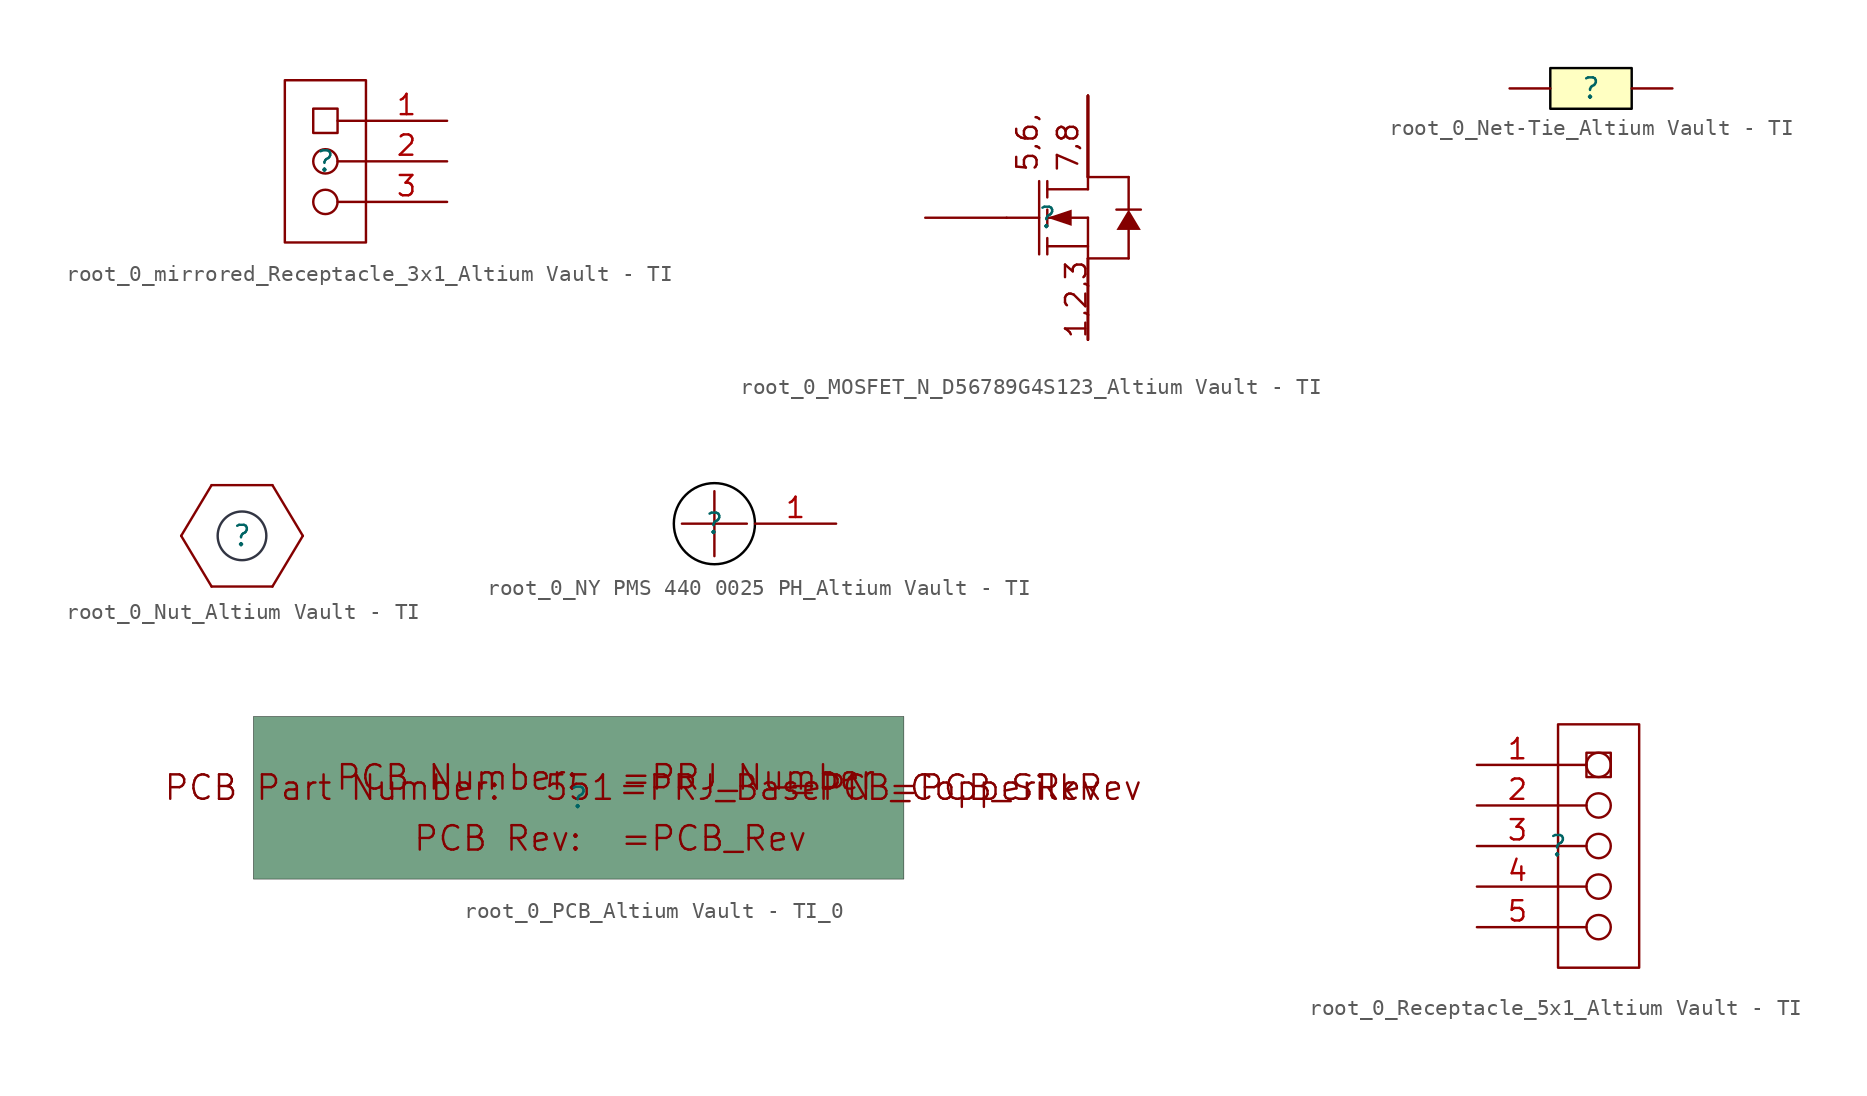
<source format=kicad_sym>
(kicad_symbol_lib
  (version 20241209)
  (generator "kicad_symbol_editor")
  (generator_version "9.0")
  (symbol "root_0_mirrored_Receptacle_3x1_Altium Vault - TI"
    (pin_names
      (hide yes))
    (property "Reference" ""
      (at 0 0 0)
      (effects (font (size 1.27 1.27))))
    (property "Value" ""
      (at 0 0 0)
      (effects (font (size 1.27 1.27))))
    (symbol "root_0_mirrored_Receptacle_3x1_Altium Vault - TI_1_0"
      (circle (center 0 0) (radius 0.762) (stroke (width 0) (type solid)) (fill (type color) (color 255 255 255 1)))
      (circle (center 0 -2.54) (radius 0.762) (stroke (width 0) (type solid)) (fill (type color) (color 255 255 255 1)))
      (rectangle (start 0.762 3.302) (end -0.762 1.778) (stroke (width 0) (type solid)) (fill (type color) (color 255 255 255 1)))
      (rectangle (start 2.54 5.08) (end -2.54 -5.08) (stroke (width 0) (type solid)) (fill (type color) (color 255 255 255 1)))
      (polyline (pts (xy 2.54 2.54) (xy 0.762 2.54)) (stroke (width 0) (type solid)) (fill (type none)))
      (polyline (pts (xy 2.54 0) (xy 0.762 0)) (stroke (width 0) (type solid)) (fill (type none)))
      (polyline (pts (xy 2.54 -2.54) (xy 0.762 -2.54)) (stroke (width 0) (type solid)) (fill (type none)))
      (pin passive line (at 7.62 2.54 180) (length 5.08) (name "1" (effects (font (size 1.27 1.27)))) (number "1" (effects (font (size 1.27 1.27)))))
      (pin passive line (at 7.62 0 180) (length 5.08) (name "2" (effects (font (size 1.27 1.27)))) (number "2" (effects (font (size 1.27 1.27)))))
      (pin passive line (at 7.62 -2.54 180) (length 5.08) (name "3" (effects (font (size 1.27 1.27)))) (number "3" (effects (font (size 1.27 1.27)))))))
  (symbol "root_0_MOSFET_N_D56789G4S123_Altium Vault - TI"
    (pin_numbers
      (hide yes))
    (pin_names
      (hide yes))
    (property "Reference" ""
      (at 0 0 0)
      (effects (font (size 1.27 1.27))))
    (property "Value" ""
      (at 0 0 0)
      (effects (font (size 1.27 1.27))))
    (symbol "root_0_MOSFET_N_D56789G4S123_Altium Vault - TI_1_0"
      (polyline (pts (xy -2.54 0) (xy -0.508 0)) (stroke (width 0) (type solid)) (fill (type none)))
      (polyline (pts (xy -0.508 2.286) (xy -0.508 -2.286)) (stroke (width 0) (type solid)) (fill (type none)))
      (polyline (pts (xy 0 2.286) (xy 0 1.27)) (stroke (width 0) (type solid)) (fill (type none)))
      (polyline (pts (xy 0 0) (xy 1.524 -0.508) (xy 1.524 0.508) (xy 0 0)) (stroke (width -0.0001) (type solid)) (fill (type outline)))
      (polyline (pts (xy 0 -0.508) (xy 0 0.508)) (stroke (width 0) (type solid)) (fill (type none)))
      (polyline (pts (xy 0 -2.286) (xy 0 -1.27)) (stroke (width 0) (type solid)) (fill (type none)))
      (polyline (pts (xy 2.54 2.54) (xy 5.08 2.54)) (stroke (width 0) (type solid)) (fill (type none)))
      (polyline (pts (xy 2.54 1.778) (xy 0 1.778)) (stroke (width 0) (type solid)) (fill (type none)))
      (polyline (pts (xy 2.54 1.778) (xy 2.54 2.54)) (stroke (width 0) (type solid)) (fill (type none)))
      (polyline (pts (xy 2.54 0) (xy 0 0)) (stroke (width 0) (type solid)) (fill (type none)))
      (polyline (pts (xy 2.54 0) (xy 2.54 -2.54)) (stroke (width 0) (type solid)) (fill (type none)))
      (polyline (pts (xy 2.54 -1.778) (xy 0 -1.778)) (stroke (width 0) (type solid)) (fill (type none)))
      (polyline (pts (xy 2.54 -2.54) (xy 5.08 -2.54)) (stroke (width 0) (type solid)) (fill (type none)))
      (polyline (pts (xy 4.318 0.508) (xy 5.842 0.508)) (stroke (width 0) (type solid)) (fill (type none)))
      (polyline (pts (xy 5.08 2.54) (xy 5.08 0.508)) (stroke (width 0) (type solid)) (fill (type none)))
      (polyline (pts (xy 5.08 0.508) (xy 4.318 -0.762) (xy 5.842 -0.762) (xy 5.08 0.508)) (stroke (width -0.0001) (type solid)) (fill (type outline)))
      (polyline (pts (xy 5.08 -2.54) (xy 5.08 -0.762)) (stroke (width 0) (type solid)) (fill (type none)))
      (text "5,6," (at -0.508 2.794 900) (effects (font (size 1.27 1.27)) (justify left bottom)))
      (text "7,8" (at 2.032 2.794 900) (effects (font (size 1.27 1.27)) (justify left bottom)))
      (text "1,2,3" (at 2.54 -7.62 900) (effects (font (size 1.27 1.27)) (justify left bottom)))
      (pin passive line (at -7.62 0 0) (length 5.08) (name "G" (effects (font (size 1.27 1.27)))) (number "4" (effects (font (size 1.27 1.27)))))
      (pin passive line (at 2.54 7.62 270) (length 5.08) (name "D" (effects (font (size 1.27 1.27)))) (number "5" (effects (font (size 1.27 1.27)))))
      (pin passive line (at 2.54 7.62 270) (length 5.08) (name "D" (effects (font (size 1.27 1.27)))) (number "6" (effects (font (size 1.27 1.27)))))
      (pin passive line (at 2.54 7.62 270) (length 5.08) (name "D" (effects (font (size 1.27 1.27)))) (number "7" (effects (font (size 1.27 1.27)))))
      (pin passive line (at 2.54 7.62 270) (length 5.08) (name "D" (effects (font (size 1.27 1.27)))) (number "8" (effects (font (size 1.27 1.27)))))
      (pin passive line (at 2.54 7.62 270) (length 5.08) (name "D" (effects (font (size 1.27 1.27)))) (number "9" (effects (font (size 1.27 1.27)))))
      (pin passive line (at 2.54 -7.62 90) (length 5.08) (name "S" (effects (font (size 1.27 1.27)))) (number "1" (effects (font (size 1.27 1.27)))))
      (pin passive line (at 2.54 -7.62 90) (length 5.08) (name "S" (effects (font (size 1.27 1.27)))) (number "2" (effects (font (size 1.27 1.27)))))
      (pin passive line (at 2.54 -7.62 90) (length 5.08) (name "S" (effects (font (size 1.27 1.27)))) (number "3" (effects (font (size 1.27 1.27)))))))
  (symbol "root_0_Net-Tie_Altium Vault - TI"
    (pin_numbers
      (hide yes))
    (pin_names
      (hide yes))
    (property "Reference" ""
      (at 0 0 0)
      (effects (font (size 1.27 1.27))))
    (property "Value" ""
      (at 0 0 0)
      (effects (font (size 1.27 1.27))))
    (symbol "root_0_Net-Tie_Altium Vault - TI_1_0"
      (rectangle (start 2.54 1.27) (end -2.54 -1.27) (stroke (width 0) (type solid) (color 0 0 0 1)) (fill (type background)))
      (pin passive line (at -5.08 0 0) (length 2.54) (name "1" (effects (font (size 1.27 1.27)))) (number "1" (effects (font (size 1.27 1.27)))))
      (pin passive line (at 5.08 0 180) (length 2.54) (name "2" (effects (font (size 1.27 1.27)))) (number "2" (effects (font (size 1.27 1.27)))))))
  (symbol "root_0_Nut_Altium Vault - TI"
    (pin_numbers
      (hide yes))
    (pin_names
      (hide yes))
    (property "Reference" ""
      (at 0 0 0)
      (effects (font (size 1.27 1.27))))
    (property "Value" ""
      (at 0 0 0)
      (effects (font (size 1.27 1.27))))
    (symbol "root_0_Nut_Altium Vault - TI_1_0"
      (polyline (pts (xy -3.81 0) (xy -1.905 3.175)) (stroke (width 0) (type solid)) (fill (type none)))
      (polyline (pts (xy -3.81 0) (xy -1.905 -3.175)) (stroke (width 0) (type solid)) (fill (type none)))
      (polyline (pts (xy -1.905 3.175) (xy 1.905 3.175)) (stroke (width 0) (type solid)) (fill (type none)))
      (polyline (pts (xy -1.905 -3.175) (xy 1.905 -3.175)) (stroke (width 0) (type solid)) (fill (type none)))
      (circle (center 0 0) (radius 1.524) (stroke (width 0) (type solid) (color 50 53 67 1)) (fill (type color) (color 255 255 255 0.5)))
      (polyline (pts (xy 3.81 0) (xy 1.905 3.175)) (stroke (width 0) (type solid)) (fill (type none)))
      (polyline (pts (xy 3.81 0) (xy 1.905 -3.175)) (stroke (width 0) (type solid)) (fill (type none)))))
  (symbol "root_0_NY PMS 440 0025 PH_Altium Vault - TI"
    (pin_names
      (hide yes))
    (property "Reference" ""
      (at 0 0 0)
      (effects (font (size 1.27 1.27))))
    (property "Value" ""
      (at 0 0 0)
      (effects (font (size 1.27 1.27))))
    (symbol "root_0_NY PMS 440 0025 PH_Altium Vault - TI_1_0"
      (polyline (pts (xy -2.032 0) (xy 2.032 0)) (stroke (width 0) (type solid)) (fill (type none)))
      (circle (center 0 0) (radius 2.54) (stroke (width 0) (type solid) (color 0 0 0 1)) (fill (type color) (color 255 255 255 0.5)))
      (polyline (pts (xy 0 -2.032) (xy 0 2.032)) (stroke (width 0) (type solid)) (fill (type none)))
      (pin passive line (at 7.62 0 180) (length 5.08) (name "1" (effects (font (size 1.27 1.27)))) (number "1" (effects (font (size 1.27 1.27)))))))
  (symbol "root_0_PCB_Altium Vault - TI_0"
    (pin_numbers
      (hide yes))
    (pin_names
      (hide yes))
    (property "Reference" ""
      (at 0 0 0)
      (effects (font (size 1.27 1.27))))
    (property "Value" ""
      (at 0 0 0)
      (effects (font (size 1.27 1.27))))
    (symbol "root_0_PCB_Altium Vault - TI_0_1_0"
      (rectangle (start 20.32 5.08) (end -20.32 -5.08) (stroke (width 0.025) (type solid) (color 0 0 0 1)) (fill (type color) (color 116 161 133 1)))
      (text "PCB Part Number:" (at -15.392 0.635 0) (effects (font (size 1.524 1.524))))
      (text "PCB Number:" (at -15.24 0.381 0) (effects (font (size 1.524 1.524)) (justify left bottom)))
      (text "PCB Rev:" (at -10.388 -3.429 0) (effects (font (size 1.524 1.524)) (justify left bottom)))
      (text "551" (at -2.21 0.635 0) (effects (font (size 1.524 1.524)) (justify left)))
      (text "=PRJ_BasePN" (at 2.388 0.635 0) (effects (font (size 1.524 1.524)) (justify left)))
      (text "=PRJ_Number" (at 2.54 0.381 0) (effects (font (size 1.524 1.524)) (justify left bottom)))
      (text "=PCB_Rev" (at 2.54 -3.429 0) (effects (font (size 1.524 1.524)) (justify left bottom)))
      (text "-" (at 11.938 0.762 0) (effects (font (size 1.524 1.524)) (justify left)))
      (text "=PCB_CopperRev" (at 12.954 0.635 0) (effects (font (size 1.524 1.524)) (justify left)))
      (text "=PCB_SilkRev" (at 19.279 0.635 0) (effects (font (size 1.524 1.524)) (justify left)))))
  (symbol "root_0_Receptacle_5x1_Altium Vault - TI"
    (pin_names
      (hide yes))
    (property "Reference" ""
      (at 0 0 0)
      (effects (font (size 1.27 1.27))))
    (property "Value" ""
      (at 0 0 0)
      (effects (font (size 1.27 1.27))))
    (symbol "root_0_Receptacle_5x1_Altium Vault - TI_1_0"
      (polyline (pts (xy 0 5.08) (xy 1.778 5.08)) (stroke (width 0) (type solid)) (fill (type none)))
      (polyline (pts (xy 0 2.54) (xy 1.778 2.54)) (stroke (width 0) (type solid)) (fill (type none)))
      (polyline (pts (xy 0 0) (xy 1.778 0)) (stroke (width 0) (type solid)) (fill (type none)))
      (polyline (pts (xy 0 -2.54) (xy 1.778 -2.54)) (stroke (width 0) (type solid)) (fill (type none)))
      (polyline (pts (xy 0 -5.08) (xy 1.778 -5.08)) (stroke (width 0) (type solid)) (fill (type none)))
      (circle (center 2.54 5.08) (radius 0.762) (stroke (width 0) (type solid)) (fill (type color) (color 255 255 255 1)))
      (circle (center 2.54 2.54) (radius 0.762) (stroke (width 0) (type solid)) (fill (type color) (color 255 255 255 1)))
      (circle (center 2.54 0) (radius 0.762) (stroke (width 0) (type solid)) (fill (type color) (color 255 255 255 1)))
      (circle (center 2.54 -2.54) (radius 0.762) (stroke (width 0) (type solid)) (fill (type color) (color 255 255 255 1)))
      (circle (center 2.54 -5.08) (radius 0.762) (stroke (width 0) (type solid)) (fill (type color) (color 255 255 255 1)))
      (rectangle (start 3.302 5.842) (end 1.778 4.318) (stroke (width 0) (type solid)) (fill (type color) (color 255 255 255 1)))
      (rectangle (start 5.08 7.62) (end 0 -7.62) (stroke (width 0) (type solid)) (fill (type color) (color 255 255 255 1)))
      (pin passive line (at -5.08 5.08 0) (length 5.08) (name "1" (effects (font (size 1.27 1.27)))) (number "1" (effects (font (size 1.27 1.27)))))
      (pin passive line (at -5.08 2.54 0) (length 5.08) (name "2" (effects (font (size 1.27 1.27)))) (number "2" (effects (font (size 1.27 1.27)))))
      (pin passive line (at -5.08 0 0) (length 5.08) (name "3" (effects (font (size 1.27 1.27)))) (number "3" (effects (font (size 1.27 1.27)))))
      (pin passive line (at -5.08 -2.54 0) (length 5.08) (name "4" (effects (font (size 1.27 1.27)))) (number "4" (effects (font (size 1.27 1.27)))))
      (pin passive line (at -5.08 -5.08 0) (length 5.08) (name "5" (effects (font (size 1.27 1.27)))) (number "5" (effects (font (size 1.27 1.27))))))))
</source>
